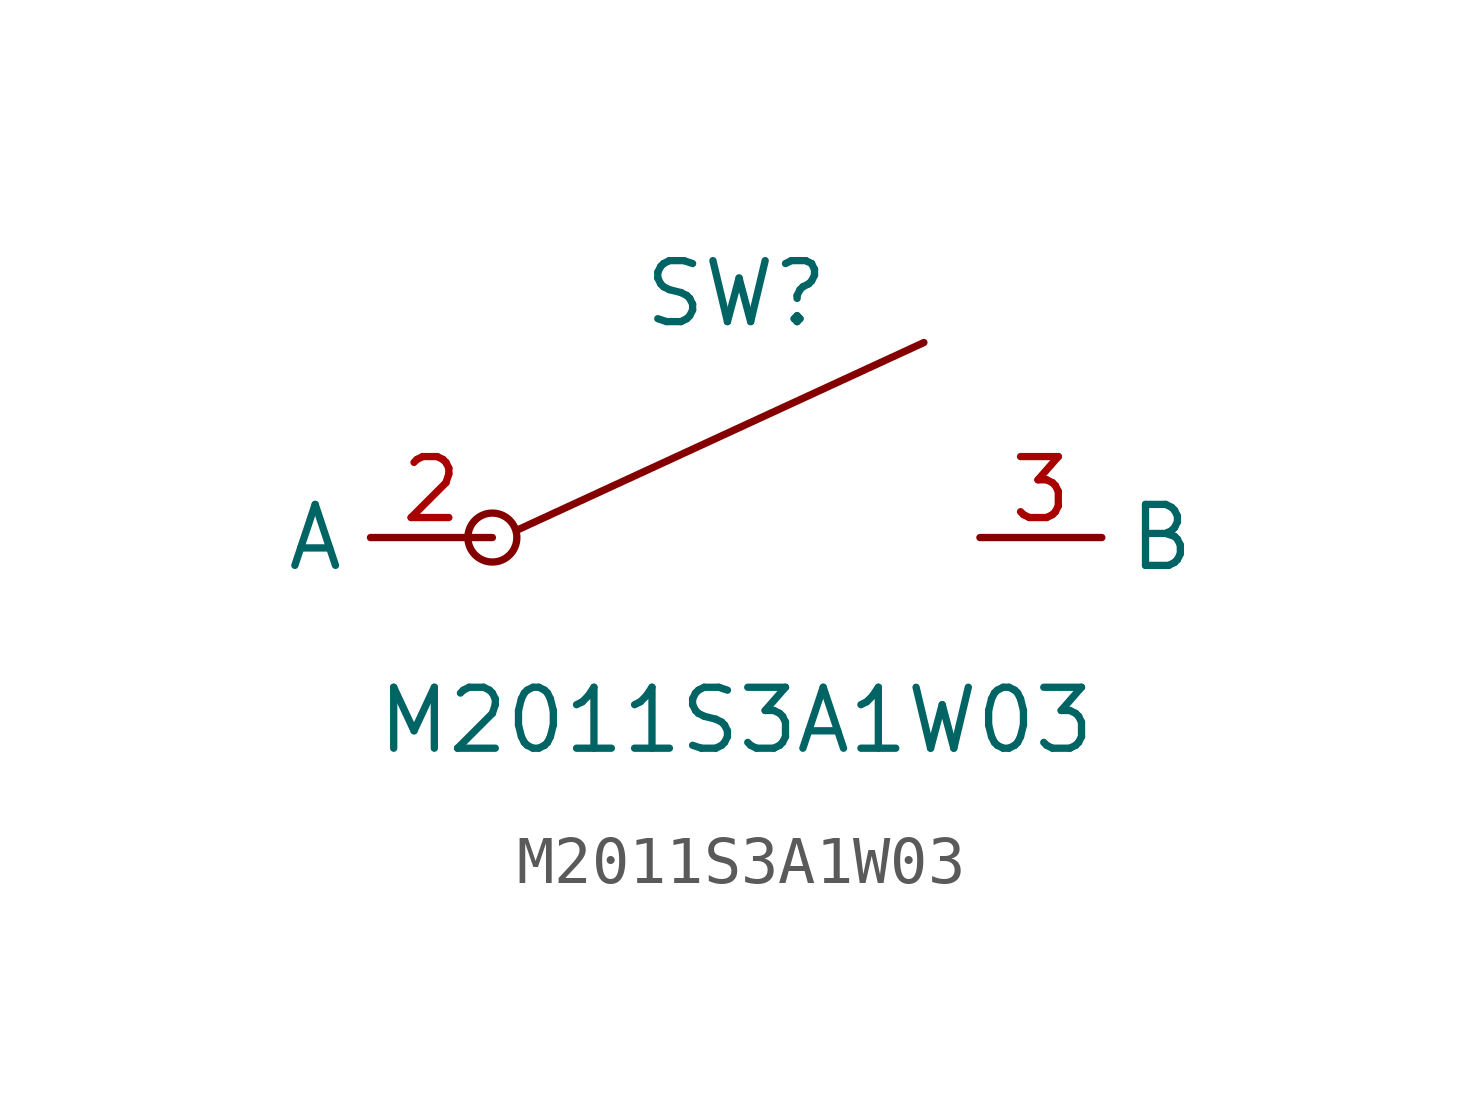
<source format=kicad_sym>
(kicad_symbol_lib
  (version 20211014)
  (generator kicad_symbol_editor)
  (symbol "M2011S3A1W03"
    (property "Reference" "SW"
      (at 0 5.08 0)
      (effects (font (size 1.27 1.27))))
    (property "Value" "M2011S3A1W03"
      (at 0 -3.81 0)
      (effects (font (size 1.27 1.27))))
    (symbol "M2011S3A1W03_0_1"
      (circle (center -5.08 0) (radius 0.51) (stroke (width 0) (type default) (color 0 0 0 0)) (fill (type none)))
      (polyline (pts (xy -4.572 0.152) (xy 3.912 4.064)) (stroke (width 0) (type default) (color 0 0 0 0)) (fill (type none))))
    (symbol "M2011S3A1W03_1_1"
      (pin passive line (at -5.08 0 180) (length 2.54) (name "A" (effects (font (size 1.27 1.27)))) (number "2" (effects (font (size 1.27 1.27)))))
      (pin passive line (at 5.08 0 0) (length 2.54) (name "B" (effects (font (size 1.27 1.27)))) (number "3" (effects (font (size 1.27 1.27))))))))
</source>
